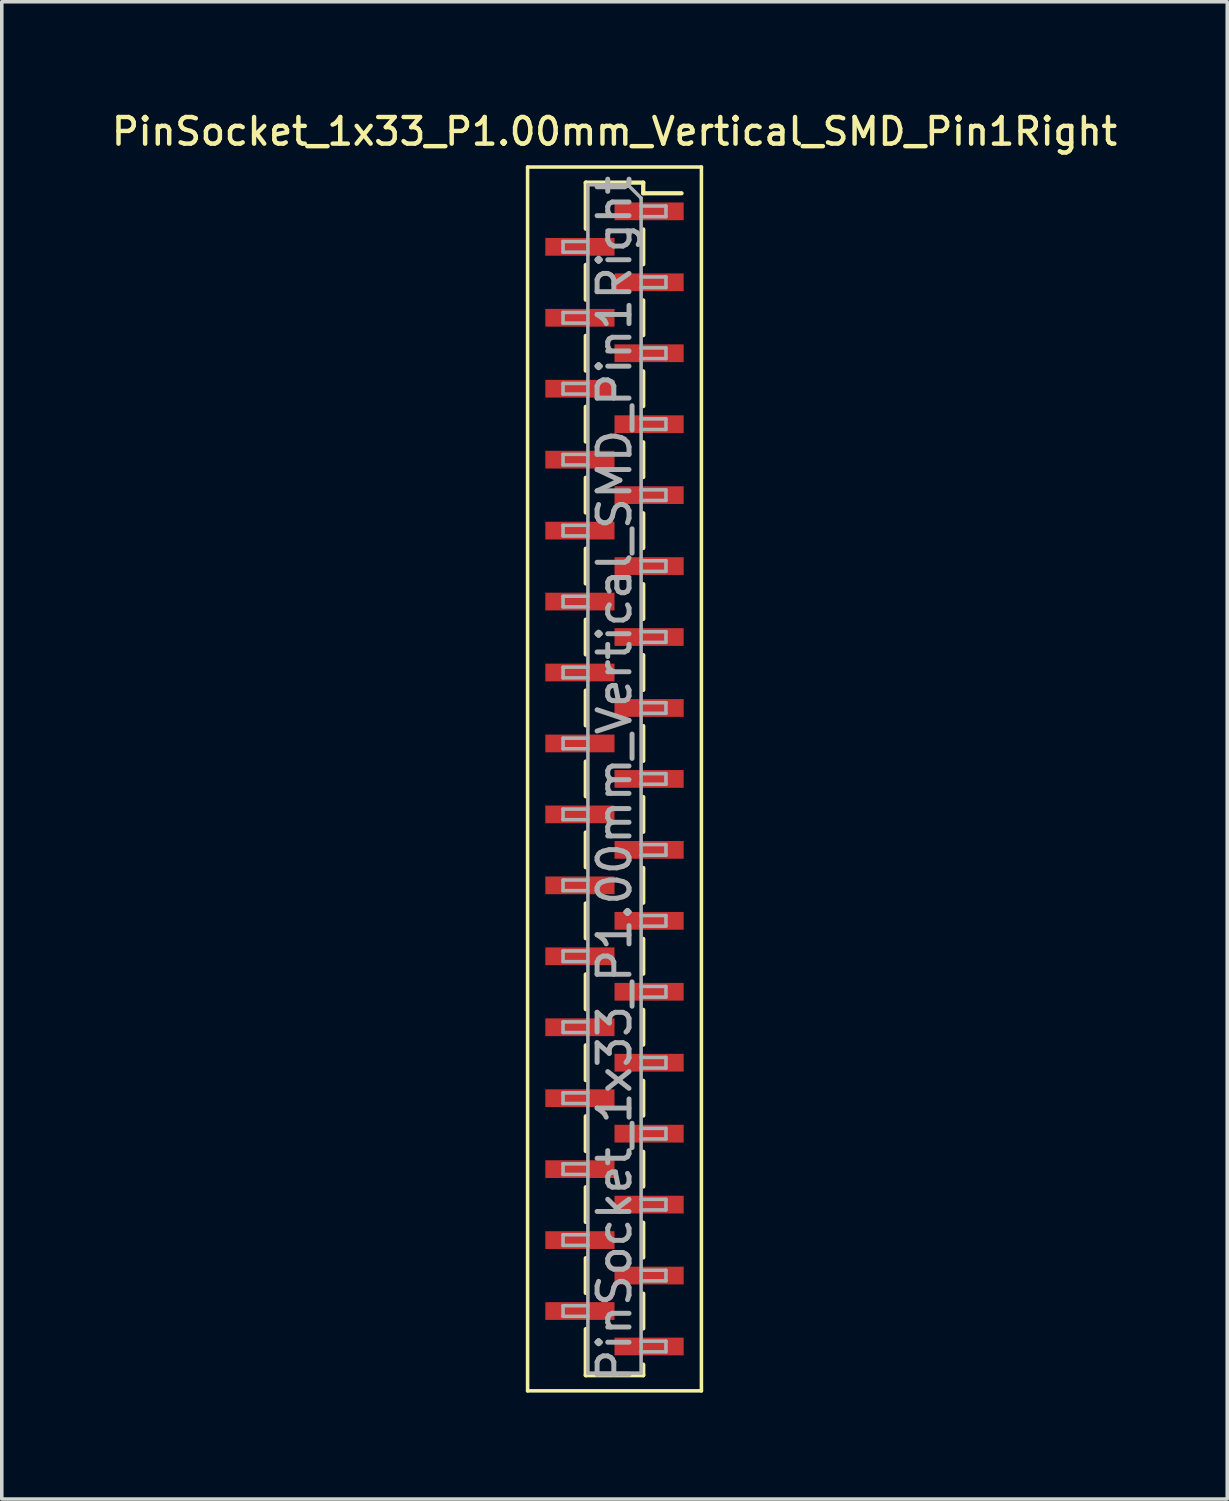
<source format=kicad_pcb>
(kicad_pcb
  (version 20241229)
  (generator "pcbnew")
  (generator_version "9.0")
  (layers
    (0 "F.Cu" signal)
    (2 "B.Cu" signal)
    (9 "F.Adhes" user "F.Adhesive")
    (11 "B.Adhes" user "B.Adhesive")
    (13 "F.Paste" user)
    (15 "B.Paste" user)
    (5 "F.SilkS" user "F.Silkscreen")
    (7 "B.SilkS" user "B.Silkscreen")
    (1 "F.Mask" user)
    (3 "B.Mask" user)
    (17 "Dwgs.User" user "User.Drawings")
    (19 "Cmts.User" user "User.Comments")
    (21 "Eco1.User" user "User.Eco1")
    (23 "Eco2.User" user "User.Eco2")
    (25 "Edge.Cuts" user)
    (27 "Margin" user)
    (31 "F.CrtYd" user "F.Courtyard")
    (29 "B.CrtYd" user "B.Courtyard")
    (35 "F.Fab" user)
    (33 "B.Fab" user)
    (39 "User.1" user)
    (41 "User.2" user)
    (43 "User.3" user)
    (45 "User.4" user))
  (footprint "PinSocket_1x33_P1.00mm_Vertical_SMD_Pin1Right"
    (layer "F.Cu")
    (at 14.273 18.908)
    (property "Reference" "PinSocket_1x33_P1.00mm_Vertical_SMD_Pin1Right" (at 0 -18.25 0) (layer "F.SilkS") (effects (font (size 0.75 0.75) (thickness 0.125))))
    (attr smd)
    (fp_line (start -2.45 -17.25) (end 2.45 -17.25) (stroke (width 0.1) (type solid)) (layer "F.SilkS"))
    (fp_line (start -2.45 17.25) (end -2.45 -17.25) (stroke (width 0.1) (type solid)) (layer "F.SilkS"))
    (fp_line (start -0.81 -16.81) (end -0.81 -15.51) (stroke (width 0.12) (type solid)) (layer "F.SilkS"))
    (fp_line (start -0.81 -16.81) (end 0.81 -16.81) (stroke (width 0.12) (type solid)) (layer "F.SilkS"))
    (fp_line (start -0.81 -14.49) (end -0.81 -13.51) (stroke (width 0.12) (type solid)) (layer "F.SilkS"))
    (fp_line (start -0.81 -12.49) (end -0.81 -11.51) (stroke (width 0.12) (type solid)) (layer "F.SilkS"))
    (fp_line (start -0.81 -10.49) (end -0.81 -9.51) (stroke (width 0.12) (type solid)) (layer "F.SilkS"))
    (fp_line (start -0.81 -8.49) (end -0.81 -7.51) (stroke (width 0.12) (type solid)) (layer "F.SilkS"))
    (fp_line (start -0.81 -6.49) (end -0.81 -5.51) (stroke (width 0.12) (type solid)) (layer "F.SilkS"))
    (fp_line (start -0.81 -4.49) (end -0.81 -3.51) (stroke (width 0.12) (type solid)) (layer "F.SilkS"))
    (fp_line (start -0.81 -2.49) (end -0.81 -1.51) (stroke (width 0.12) (type solid)) (layer "F.SilkS"))
    (fp_line (start -0.81 -0.49) (end -0.81 0.49) (stroke (width 0.12) (type solid)) (layer "F.SilkS"))
    (fp_line (start -0.81 1.51) (end -0.81 2.49) (stroke (width 0.12) (type solid)) (layer "F.SilkS"))
    (fp_line (start -0.81 3.51) (end -0.81 4.49) (stroke (width 0.12) (type solid)) (layer "F.SilkS"))
    (fp_line (start -0.81 5.51) (end -0.81 6.49) (stroke (width 0.12) (type solid)) (layer "F.SilkS"))
    (fp_line (start -0.81 7.51) (end -0.81 8.49) (stroke (width 0.12) (type solid)) (layer "F.SilkS"))
    (fp_line (start -0.81 9.51) (end -0.81 10.49) (stroke (width 0.12) (type solid)) (layer "F.SilkS"))
    (fp_line (start -0.81 11.51) (end -0.81 12.49) (stroke (width 0.12) (type solid)) (layer "F.SilkS"))
    (fp_line (start -0.81 13.51) (end -0.81 14.49) (stroke (width 0.12) (type solid)) (layer "F.SilkS"))
    (fp_line (start -0.81 15.51) (end -0.81 16.81) (stroke (width 0.12) (type solid)) (layer "F.SilkS"))
    (fp_line (start -0.81 16.81) (end 0.81 16.81) (stroke (width 0.12) (type solid)) (layer "F.SilkS"))
    (fp_line (start 0.81 -16.81) (end 0.81 -16.51) (stroke (width 0.12) (type solid)) (layer "F.SilkS"))
    (fp_line (start 0.81 -16.51) (end 1.89 -16.51) (stroke (width 0.12) (type solid)) (layer "F.SilkS"))
    (fp_line (start 0.81 -15.49) (end 0.81 -14.51) (stroke (width 0.12) (type solid)) (layer "F.SilkS"))
    (fp_line (start 0.81 -13.49) (end 0.81 -12.51) (stroke (width 0.12) (type solid)) (layer "F.SilkS"))
    (fp_line (start 0.81 -11.49) (end 0.81 -10.51) (stroke (width 0.12) (type solid)) (layer "F.SilkS"))
    (fp_line (start 0.81 -9.49) (end 0.81 -8.51) (stroke (width 0.12) (type solid)) (layer "F.SilkS"))
    (fp_line (start 0.81 -7.49) (end 0.81 -6.51) (stroke (width 0.12) (type solid)) (layer "F.SilkS"))
    (fp_line (start 0.81 -5.49) (end 0.81 -4.51) (stroke (width 0.12) (type solid)) (layer "F.SilkS"))
    (fp_line (start 0.81 -3.49) (end 0.81 -2.51) (stroke (width 0.12) (type solid)) (layer "F.SilkS"))
    (fp_line (start 0.81 -1.49) (end 0.81 -0.51) (stroke (width 0.12) (type solid)) (layer "F.SilkS"))
    (fp_line (start 0.81 0.51) (end 0.81 1.49) (stroke (width 0.12) (type solid)) (layer "F.SilkS"))
    (fp_line (start 0.81 2.51) (end 0.81 3.49) (stroke (width 0.12) (type solid)) (layer "F.SilkS"))
    (fp_line (start 0.81 4.51) (end 0.81 5.49) (stroke (width 0.12) (type solid)) (layer "F.SilkS"))
    (fp_line (start 0.81 6.51) (end 0.81 7.49) (stroke (width 0.12) (type solid)) (layer "F.SilkS"))
    (fp_line (start 0.81 8.51) (end 0.81 9.49) (stroke (width 0.12) (type solid)) (layer "F.SilkS"))
    (fp_line (start 0.81 10.51) (end 0.81 11.49) (stroke (width 0.12) (type solid)) (layer "F.SilkS"))
    (fp_line (start 0.81 12.51) (end 0.81 13.49) (stroke (width 0.12) (type solid)) (layer "F.SilkS"))
    (fp_line (start 0.81 14.51) (end 0.81 15.49) (stroke (width 0.12) (type solid)) (layer "F.SilkS"))
    (fp_line (start 0.81 16.51) (end 0.81 16.81) (stroke (width 0.12) (type solid)) (layer "F.SilkS"))
    (fp_line (start 2.45 -17.25) (end 2.45 17.25) (stroke (width 0.1) (type solid)) (layer "F.SilkS"))
    (fp_line (start 2.45 17.25) (end -2.45 17.25) (stroke (width 0.1) (type solid)) (layer "F.SilkS"))
    (fp_line (start -1.45 -15.15) (end -0.75 -15.15) (stroke (width 0.1) (type solid)) (layer "F.Fab"))
    (fp_line (start -1.45 -14.85) (end -1.45 -15.15) (stroke (width 0.1) (type solid)) (layer "F.Fab"))
    (fp_line (start -1.45 -13.15) (end -0.75 -13.15) (stroke (width 0.1) (type solid)) (layer "F.Fab"))
    (fp_line (start -1.45 -12.85) (end -1.45 -13.15) (stroke (width 0.1) (type solid)) (layer "F.Fab"))
    (fp_line (start -1.45 -11.15) (end -0.75 -11.15) (stroke (width 0.1) (type solid)) (layer "F.Fab"))
    (fp_line (start -1.45 -10.85) (end -1.45 -11.15) (stroke (width 0.1) (type solid)) (layer "F.Fab"))
    (fp_line (start -1.45 -9.15) (end -0.75 -9.15) (stroke (width 0.1) (type solid)) (layer "F.Fab"))
    (fp_line (start -1.45 -8.85) (end -1.45 -9.15) (stroke (width 0.1) (type solid)) (layer "F.Fab"))
    (fp_line (start -1.45 -7.15) (end -0.75 -7.15) (stroke (width 0.1) (type solid)) (layer "F.Fab"))
    (fp_line (start -1.45 -6.85) (end -1.45 -7.15) (stroke (width 0.1) (type solid)) (layer "F.Fab"))
    (fp_line (start -1.45 -5.15) (end -0.75 -5.15) (stroke (width 0.1) (type solid)) (layer "F.Fab"))
    (fp_line (start -1.45 -4.85) (end -1.45 -5.15) (stroke (width 0.1) (type solid)) (layer "F.Fab"))
    (fp_line (start -1.45 -3.15) (end -0.75 -3.15) (stroke (width 0.1) (type solid)) (layer "F.Fab"))
    (fp_line (start -1.45 -2.85) (end -1.45 -3.15) (stroke (width 0.1) (type solid)) (layer "F.Fab"))
    (fp_line (start -1.45 -1.15) (end -0.75 -1.15) (stroke (width 0.1) (type solid)) (layer "F.Fab"))
    (fp_line (start -1.45 -0.85) (end -1.45 -1.15) (stroke (width 0.1) (type solid)) (layer "F.Fab"))
    (fp_line (start -1.45 0.85) (end -0.75 0.85) (stroke (width 0.1) (type solid)) (layer "F.Fab"))
    (fp_line (start -1.45 1.15) (end -1.45 0.85) (stroke (width 0.1) (type solid)) (layer "F.Fab"))
    (fp_line (start -1.45 2.85) (end -0.75 2.85) (stroke (width 0.1) (type solid)) (layer "F.Fab"))
    (fp_line (start -1.45 3.15) (end -1.45 2.85) (stroke (width 0.1) (type solid)) (layer "F.Fab"))
    (fp_line (start -1.45 4.85) (end -0.75 4.85) (stroke (width 0.1) (type solid)) (layer "F.Fab"))
    (fp_line (start -1.45 5.15) (end -1.45 4.85) (stroke (width 0.1) (type solid)) (layer "F.Fab"))
    (fp_line (start -1.45 6.85) (end -0.75 6.85) (stroke (width 0.1) (type solid)) (layer "F.Fab"))
    (fp_line (start -1.45 7.15) (end -1.45 6.85) (stroke (width 0.1) (type solid)) (layer "F.Fab"))
    (fp_line (start -1.45 8.85) (end -0.75 8.85) (stroke (width 0.1) (type solid)) (layer "F.Fab"))
    (fp_line (start -1.45 9.15) (end -1.45 8.85) (stroke (width 0.1) (type solid)) (layer "F.Fab"))
    (fp_line (start -1.45 10.85) (end -0.75 10.85) (stroke (width 0.1) (type solid)) (layer "F.Fab"))
    (fp_line (start -1.45 11.15) (end -1.45 10.85) (stroke (width 0.1) (type solid)) (layer "F.Fab"))
    (fp_line (start -1.45 12.85) (end -0.75 12.85) (stroke (width 0.1) (type solid)) (layer "F.Fab"))
    (fp_line (start -1.45 13.15) (end -1.45 12.85) (stroke (width 0.1) (type solid)) (layer "F.Fab"))
    (fp_line (start -1.45 14.85) (end -0.75 14.85) (stroke (width 0.1) (type solid)) (layer "F.Fab"))
    (fp_line (start -1.45 15.15) (end -1.45 14.85) (stroke (width 0.1) (type solid)) (layer "F.Fab"))
    (fp_line (start -0.75 -16.75) (end 0.375 -16.75) (stroke (width 0.1) (type solid)) (layer "F.Fab"))
    (fp_line (start -0.75 -14.85) (end -1.45 -14.85) (stroke (width 0.1) (type solid)) (layer "F.Fab"))
    (fp_line (start -0.75 -12.85) (end -1.45 -12.85) (stroke (width 0.1) (type solid)) (layer "F.Fab"))
    (fp_line (start -0.75 -10.85) (end -1.45 -10.85) (stroke (width 0.1) (type solid)) (layer "F.Fab"))
    (fp_line (start -0.75 -8.85) (end -1.45 -8.85) (stroke (width 0.1) (type solid)) (layer "F.Fab"))
    (fp_line (start -0.75 -6.85) (end -1.45 -6.85) (stroke (width 0.1) (type solid)) (layer "F.Fab"))
    (fp_line (start -0.75 -4.85) (end -1.45 -4.85) (stroke (width 0.1) (type solid)) (layer "F.Fab"))
    (fp_line (start -0.75 -2.85) (end -1.45 -2.85) (stroke (width 0.1) (type solid)) (layer "F.Fab"))
    (fp_line (start -0.75 -0.85) (end -1.45 -0.85) (stroke (width 0.1) (type solid)) (layer "F.Fab"))
    (fp_line (start -0.75 1.15) (end -1.45 1.15) (stroke (width 0.1) (type solid)) (layer "F.Fab"))
    (fp_line (start -0.75 3.15) (end -1.45 3.15) (stroke (width 0.1) (type solid)) (layer "F.Fab"))
    (fp_line (start -0.75 5.15) (end -1.45 5.15) (stroke (width 0.1) (type solid)) (layer "F.Fab"))
    (fp_line (start -0.75 7.15) (end -1.45 7.15) (stroke (width 0.1) (type solid)) (layer "F.Fab"))
    (fp_line (start -0.75 9.15) (end -1.45 9.15) (stroke (width 0.1) (type solid)) (layer "F.Fab"))
    (fp_line (start -0.75 11.15) (end -1.45 11.15) (stroke (width 0.1) (type solid)) (layer "F.Fab"))
    (fp_line (start -0.75 13.15) (end -1.45 13.15) (stroke (width 0.1) (type solid)) (layer "F.Fab"))
    (fp_line (start -0.75 15.15) (end -1.45 15.15) (stroke (width 0.1) (type solid)) (layer "F.Fab"))
    (fp_line (start -0.75 16.75) (end -0.75 -16.75) (stroke (width 0.1) (type solid)) (layer "F.Fab"))
    (fp_line (start 0.375 -16.75) (end 0.75 -16.375) (stroke (width 0.1) (type solid)) (layer "F.Fab"))
    (fp_line (start 0.75 -16.375) (end 0.75 16.75) (stroke (width 0.1) (type solid)) (layer "F.Fab"))
    (fp_line (start 0.75 -16.15) (end 1.45 -16.15) (stroke (width 0.1) (type solid)) (layer "F.Fab"))
    (fp_line (start 0.75 -14.15) (end 1.45 -14.15) (stroke (width 0.1) (type solid)) (layer "F.Fab"))
    (fp_line (start 0.75 -12.15) (end 1.45 -12.15) (stroke (width 0.1) (type solid)) (layer "F.Fab"))
    (fp_line (start 0.75 -10.15) (end 1.45 -10.15) (stroke (width 0.1) (type solid)) (layer "F.Fab"))
    (fp_line (start 0.75 -8.15) (end 1.45 -8.15) (stroke (width 0.1) (type solid)) (layer "F.Fab"))
    (fp_line (start 0.75 -6.15) (end 1.45 -6.15) (stroke (width 0.1) (type solid)) (layer "F.Fab"))
    (fp_line (start 0.75 -4.15) (end 1.45 -4.15) (stroke (width 0.1) (type solid)) (layer "F.Fab"))
    (fp_line (start 0.75 -2.15) (end 1.45 -2.15) (stroke (width 0.1) (type solid)) (layer "F.Fab"))
    (fp_line (start 0.75 -0.15) (end 1.45 -0.15) (stroke (width 0.1) (type solid)) (layer "F.Fab"))
    (fp_line (start 0.75 1.85) (end 1.45 1.85) (stroke (width 0.1) (type solid)) (layer "F.Fab"))
    (fp_line (start 0.75 3.85) (end 1.45 3.85) (stroke (width 0.1) (type solid)) (layer "F.Fab"))
    (fp_line (start 0.75 5.85) (end 1.45 5.85) (stroke (width 0.1) (type solid)) (layer "F.Fab"))
    (fp_line (start 0.75 7.85) (end 1.45 7.85) (stroke (width 0.1) (type solid)) (layer "F.Fab"))
    (fp_line (start 0.75 9.85) (end 1.45 9.85) (stroke (width 0.1) (type solid)) (layer "F.Fab"))
    (fp_line (start 0.75 11.85) (end 1.45 11.85) (stroke (width 0.1) (type solid)) (layer "F.Fab"))
    (fp_line (start 0.75 13.85) (end 1.45 13.85) (stroke (width 0.1) (type solid)) (layer "F.Fab"))
    (fp_line (start 0.75 15.85) (end 1.45 15.85) (stroke (width 0.1) (type solid)) (layer "F.Fab"))
    (fp_line (start 0.75 16.75) (end -0.75 16.75) (stroke (width 0.1) (type solid)) (layer "F.Fab"))
    (fp_line (start 1.45 -16.15) (end 1.45 -15.85) (stroke (width 0.1) (type solid)) (layer "F.Fab"))
    (fp_line (start 1.45 -15.85) (end 0.75 -15.85) (stroke (width 0.1) (type solid)) (layer "F.Fab"))
    (fp_line (start 1.45 -14.15) (end 1.45 -13.85) (stroke (width 0.1) (type solid)) (layer "F.Fab"))
    (fp_line (start 1.45 -13.85) (end 0.75 -13.85) (stroke (width 0.1) (type solid)) (layer "F.Fab"))
    (fp_line (start 1.45 -12.15) (end 1.45 -11.85) (stroke (width 0.1) (type solid)) (layer "F.Fab"))
    (fp_line (start 1.45 -11.85) (end 0.75 -11.85) (stroke (width 0.1) (type solid)) (layer "F.Fab"))
    (fp_line (start 1.45 -10.15) (end 1.45 -9.85) (stroke (width 0.1) (type solid)) (layer "F.Fab"))
    (fp_line (start 1.45 -9.85) (end 0.75 -9.85) (stroke (width 0.1) (type solid)) (layer "F.Fab"))
    (fp_line (start 1.45 -8.15) (end 1.45 -7.85) (stroke (width 0.1) (type solid)) (layer "F.Fab"))
    (fp_line (start 1.45 -7.85) (end 0.75 -7.85) (stroke (width 0.1) (type solid)) (layer "F.Fab"))
    (fp_line (start 1.45 -6.15) (end 1.45 -5.85) (stroke (width 0.1) (type solid)) (layer "F.Fab"))
    (fp_line (start 1.45 -5.85) (end 0.75 -5.85) (stroke (width 0.1) (type solid)) (layer "F.Fab"))
    (fp_line (start 1.45 -4.15) (end 1.45 -3.85) (stroke (width 0.1) (type solid)) (layer "F.Fab"))
    (fp_line (start 1.45 -3.85) (end 0.75 -3.85) (stroke (width 0.1) (type solid)) (layer "F.Fab"))
    (fp_line (start 1.45 -2.15) (end 1.45 -1.85) (stroke (width 0.1) (type solid)) (layer "F.Fab"))
    (fp_line (start 1.45 -1.85) (end 0.75 -1.85) (stroke (width 0.1) (type solid)) (layer "F.Fab"))
    (fp_line (start 1.45 -0.15) (end 1.45 0.15) (stroke (width 0.1) (type solid)) (layer "F.Fab"))
    (fp_line (start 1.45 0.15) (end 0.75 0.15) (stroke (width 0.1) (type solid)) (layer "F.Fab"))
    (fp_line (start 1.45 1.85) (end 1.45 2.15) (stroke (width 0.1) (type solid)) (layer "F.Fab"))
    (fp_line (start 1.45 2.15) (end 0.75 2.15) (stroke (width 0.1) (type solid)) (layer "F.Fab"))
    (fp_line (start 1.45 3.85) (end 1.45 4.15) (stroke (width 0.1) (type solid)) (layer "F.Fab"))
    (fp_line (start 1.45 4.15) (end 0.75 4.15) (stroke (width 0.1) (type solid)) (layer "F.Fab"))
    (fp_line (start 1.45 5.85) (end 1.45 6.15) (stroke (width 0.1) (type solid)) (layer "F.Fab"))
    (fp_line (start 1.45 6.15) (end 0.75 6.15) (stroke (width 0.1) (type solid)) (layer "F.Fab"))
    (fp_line (start 1.45 7.85) (end 1.45 8.15) (stroke (width 0.1) (type solid)) (layer "F.Fab"))
    (fp_line (start 1.45 8.15) (end 0.75 8.15) (stroke (width 0.1) (type solid)) (layer "F.Fab"))
    (fp_line (start 1.45 9.85) (end 1.45 10.15) (stroke (width 0.1) (type solid)) (layer "F.Fab"))
    (fp_line (start 1.45 10.15) (end 0.75 10.15) (stroke (width 0.1) (type solid)) (layer "F.Fab"))
    (fp_line (start 1.45 11.85) (end 1.45 12.15) (stroke (width 0.1) (type solid)) (layer "F.Fab"))
    (fp_line (start 1.45 12.15) (end 0.75 12.15) (stroke (width 0.1) (type solid)) (layer "F.Fab"))
    (fp_line (start 1.45 13.85) (end 1.45 14.15) (stroke (width 0.1) (type solid)) (layer "F.Fab"))
    (fp_line (start 1.45 14.15) (end 0.75 14.15) (stroke (width 0.1) (type solid)) (layer "F.Fab"))
    (fp_line (start 1.45 15.85) (end 1.45 16.15) (stroke (width 0.1) (type solid)) (layer "F.Fab"))
    (fp_line (start 1.45 16.15) (end 0.75 16.15) (stroke (width 0.1) (type solid)) (layer "F.Fab"))
    (fp_text user "${REFERENCE}" (at 0 0 90) (layer "F.Fab") (effects (font (size 0.9 0.9) (thickness 0.14))))
    (pad "1" smd rect (at 0.975 -16) (size 1.95 0.5) (layers "F.Cu" "F.Mask" "F.Paste"))
    (pad "2" smd rect (at -0.975 -15) (size 1.95 0.5) (layers "F.Cu" "F.Mask" "F.Paste"))
    (pad "3" smd rect (at 0.975 -14) (size 1.95 0.5) (layers "F.Cu" "F.Mask" "F.Paste"))
    (pad "4" smd rect (at -0.975 -13) (size 1.95 0.5) (layers "F.Cu" "F.Mask" "F.Paste"))
    (pad "5" smd rect (at 0.975 -12) (size 1.95 0.5) (layers "F.Cu" "F.Mask" "F.Paste"))
    (pad "6" smd rect (at -0.975 -11) (size 1.95 0.5) (layers "F.Cu" "F.Mask" "F.Paste"))
    (pad "7" smd rect (at 0.975 -10) (size 1.95 0.5) (layers "F.Cu" "F.Mask" "F.Paste"))
    (pad "8" smd rect (at -0.975 -9) (size 1.95 0.5) (layers "F.Cu" "F.Mask" "F.Paste"))
    (pad "9" smd rect (at 0.975 -8) (size 1.95 0.5) (layers "F.Cu" "F.Mask" "F.Paste"))
    (pad "10" smd rect (at -0.975 -7) (size 1.95 0.5) (layers "F.Cu" "F.Mask" "F.Paste"))
    (pad "11" smd rect (at 0.975 -6) (size 1.95 0.5) (layers "F.Cu" "F.Mask" "F.Paste"))
    (pad "12" smd rect (at -0.975 -5) (size 1.95 0.5) (layers "F.Cu" "F.Mask" "F.Paste"))
    (pad "13" smd rect (at 0.975 -4) (size 1.95 0.5) (layers "F.Cu" "F.Mask" "F.Paste"))
    (pad "14" smd rect (at -0.975 -3) (size 1.95 0.5) (layers "F.Cu" "F.Mask" "F.Paste"))
    (pad "15" smd rect (at 0.975 -2) (size 1.95 0.5) (layers "F.Cu" "F.Mask" "F.Paste"))
    (pad "16" smd rect (at -0.975 -1) (size 1.95 0.5) (layers "F.Cu" "F.Mask" "F.Paste"))
    (pad "17" smd rect (at 0.975 0) (size 1.95 0.5) (layers "F.Cu" "F.Mask" "F.Paste"))
    (pad "18" smd rect (at -0.975 1) (size 1.95 0.5) (layers "F.Cu" "F.Mask" "F.Paste"))
    (pad "19" smd rect (at 0.975 2) (size 1.95 0.5) (layers "F.Cu" "F.Mask" "F.Paste"))
    (pad "20" smd rect (at -0.975 3) (size 1.95 0.5) (layers "F.Cu" "F.Mask" "F.Paste"))
    (pad "21" smd rect (at 0.975 4) (size 1.95 0.5) (layers "F.Cu" "F.Mask" "F.Paste"))
    (pad "22" smd rect (at -0.975 5) (size 1.95 0.5) (layers "F.Cu" "F.Mask" "F.Paste"))
    (pad "23" smd rect (at 0.975 6) (size 1.95 0.5) (layers "F.Cu" "F.Mask" "F.Paste"))
    (pad "24" smd rect (at -0.975 7) (size 1.95 0.5) (layers "F.Cu" "F.Mask" "F.Paste"))
    (pad "25" smd rect (at 0.975 8) (size 1.95 0.5) (layers "F.Cu" "F.Mask" "F.Paste"))
    (pad "26" smd rect (at -0.975 9) (size 1.95 0.5) (layers "F.Cu" "F.Mask" "F.Paste"))
    (pad "27" smd rect (at 0.975 10) (size 1.95 0.5) (layers "F.Cu" "F.Mask" "F.Paste"))
    (pad "28" smd rect (at -0.975 11) (size 1.95 0.5) (layers "F.Cu" "F.Mask" "F.Paste"))
    (pad "29" smd rect (at 0.975 12) (size 1.95 0.5) (layers "F.Cu" "F.Mask" "F.Paste"))
    (pad "30" smd rect (at -0.975 13) (size 1.95 0.5) (layers "F.Cu" "F.Mask" "F.Paste"))
    (pad "31" smd rect (at 0.975 14) (size 1.95 0.5) (layers "F.Cu" "F.Mask" "F.Paste"))
    (pad "32" smd rect (at -0.975 15) (size 1.95 0.5) (layers "F.Cu" "F.Mask" "F.Paste"))
    (pad "33" smd rect (at 0.975 16) (size 1.95 0.5) (layers "F.Cu" "F.Mask" "F.Paste")))
  (gr_rect
    (start -3 -3)
    (end 31.546 39.208)
    (stroke (width 0.1) (type default))
    (fill no)
    (layer "Edge.Cuts")))
</source>
